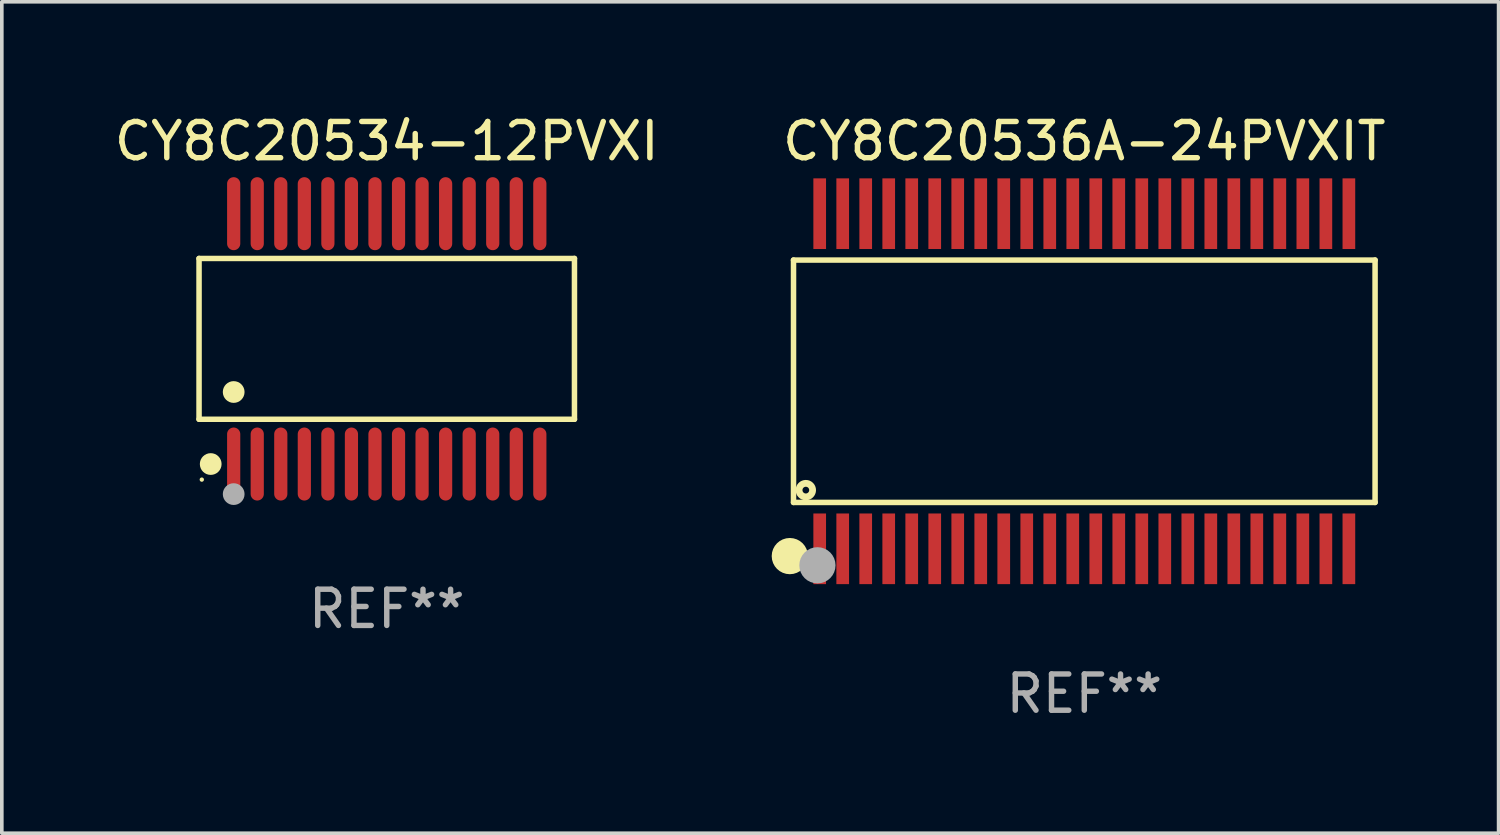
<source format=kicad_pcb>
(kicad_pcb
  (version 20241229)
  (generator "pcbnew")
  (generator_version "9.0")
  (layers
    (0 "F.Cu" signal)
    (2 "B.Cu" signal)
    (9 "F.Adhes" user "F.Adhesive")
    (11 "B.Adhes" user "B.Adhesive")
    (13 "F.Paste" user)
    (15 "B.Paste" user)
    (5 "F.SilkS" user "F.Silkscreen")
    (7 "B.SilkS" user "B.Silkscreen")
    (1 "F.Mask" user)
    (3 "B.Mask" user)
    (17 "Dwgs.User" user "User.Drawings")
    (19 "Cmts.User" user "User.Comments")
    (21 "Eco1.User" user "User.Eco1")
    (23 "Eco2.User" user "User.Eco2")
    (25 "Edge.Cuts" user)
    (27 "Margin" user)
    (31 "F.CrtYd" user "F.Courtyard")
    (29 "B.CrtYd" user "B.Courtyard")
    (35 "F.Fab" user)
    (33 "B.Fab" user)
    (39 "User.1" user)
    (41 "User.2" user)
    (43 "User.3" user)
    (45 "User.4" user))
  (footprint "CY8C20534-12PVXI"
    (layer "F.Cu")
    (at 7.625 6.303)
    (property "Reference" "CY8C20534-12PVXI" (at 0 -5.455 0) (layer "F.SilkS") (effects (font (size 1 1) (thickness 0.15))))
    (attr through_hole)
    (fp_line (start -5.181 -2.219) (end 5.181 -2.219) (stroke (width 0.152) (type solid)) (layer "F.SilkS"))
    (fp_line (start -5.181 2.219) (end -5.181 -2.219) (stroke (width 0.152) (type solid)) (layer "F.SilkS"))
    (fp_line (start 5.181 -2.219) (end 5.181 2.219) (stroke (width 0.152) (type solid)) (layer "F.SilkS"))
    (fp_line (start 5.181 2.219) (end -5.181 2.219) (stroke (width 0.152) (type solid)) (layer "F.SilkS"))
    (fp_circle (center -5.105 3.885) (end -5.075 3.885) (stroke (width 0.06) (type solid)) (fill no) (layer "F.SilkS"))
    (fp_circle (center -4.859 3.455) (end -4.709 3.455) (stroke (width 0.3) (type solid)) (fill no) (layer "F.SilkS"))
    (fp_circle (center -4.225 1.467) (end -4.075 1.467) (stroke (width 0.3) (type solid)) (fill no) (layer "F.SilkS"))
    (fp_circle (center -4.225 4.285) (end -4.075 4.285) (stroke (width 0.3) (type solid)) (fill no) (layer "F.Fab"))
    (fp_text user "REF**" (at 0 7.455 0) (layer "F.Fab") (effects (font (size 1 1) (thickness 0.15))))
    (pad "1" smd oval (at -4.225 3.455) (size 0.364 2.015) (layers "F.Cu" "F.Mask" "F.Paste"))
    (pad "2" smd oval (at -3.575 3.455) (size 0.364 2.015) (layers "F.Cu" "F.Mask" "F.Paste"))
    (pad "3" smd oval (at -2.925 3.455) (size 0.364 2.015) (layers "F.Cu" "F.Mask" "F.Paste"))
    (pad "4" smd oval (at -2.275 3.455) (size 0.364 2.015) (layers "F.Cu" "F.Mask" "F.Paste"))
    (pad "5" smd oval (at -1.625 3.455) (size 0.364 2.015) (layers "F.Cu" "F.Mask" "F.Paste"))
    (pad "6" smd oval (at -0.975 3.455) (size 0.364 2.015) (layers "F.Cu" "F.Mask" "F.Paste"))
    (pad "7" smd oval (at -0.325 3.455) (size 0.364 2.015) (layers "F.Cu" "F.Mask" "F.Paste"))
    (pad "8" smd oval (at 0.325 3.455) (size 0.364 2.015) (layers "F.Cu" "F.Mask" "F.Paste"))
    (pad "9" smd oval (at 0.975 3.455) (size 0.364 2.015) (layers "F.Cu" "F.Mask" "F.Paste"))
    (pad "10" smd oval (at 1.625 3.455) (size 0.364 2.015) (layers "F.Cu" "F.Mask" "F.Paste"))
    (pad "11" smd oval (at 2.275 3.455) (size 0.364 2.015) (layers "F.Cu" "F.Mask" "F.Paste"))
    (pad "12" smd oval (at 2.925 3.455) (size 0.364 2.015) (layers "F.Cu" "F.Mask" "F.Paste"))
    (pad "13" smd oval (at 3.575 3.455) (size 0.364 2.015) (layers "F.Cu" "F.Mask" "F.Paste"))
    (pad "14" smd oval (at 4.225 3.455) (size 0.364 2.015) (layers "F.Cu" "F.Mask" "F.Paste"))
    (pad "15" smd oval (at 4.225 -3.455) (size 0.364 2.015) (layers "F.Cu" "F.Mask" "F.Paste"))
    (pad "16" smd oval (at 3.575 -3.455) (size 0.364 2.015) (layers "F.Cu" "F.Mask" "F.Paste"))
    (pad "17" smd oval (at 2.925 -3.455) (size 0.364 2.015) (layers "F.Cu" "F.Mask" "F.Paste"))
    (pad "18" smd oval (at 2.275 -3.455) (size 0.364 2.015) (layers "F.Cu" "F.Mask" "F.Paste"))
    (pad "19" smd oval (at 1.625 -3.455) (size 0.364 2.015) (layers "F.Cu" "F.Mask" "F.Paste"))
    (pad "20" smd oval (at 0.975 -3.455) (size 0.364 2.015) (layers "F.Cu" "F.Mask" "F.Paste"))
    (pad "21" smd oval (at 0.325 -3.455) (size 0.364 2.015) (layers "F.Cu" "F.Mask" "F.Paste"))
    (pad "22" smd oval (at -0.325 -3.455) (size 0.364 2.015) (layers "F.Cu" "F.Mask" "F.Paste"))
    (pad "23" smd oval (at -0.975 -3.455) (size 0.364 2.015) (layers "F.Cu" "F.Mask" "F.Paste"))
    (pad "24" smd oval (at -1.625 -3.455) (size 0.364 2.015) (layers "F.Cu" "F.Mask" "F.Paste"))
    (pad "25" smd oval (at -2.275 -3.455) (size 0.364 2.015) (layers "F.Cu" "F.Mask" "F.Paste"))
    (pad "26" smd oval (at -2.925 -3.455) (size 0.364 2.015) (layers "F.Cu" "F.Mask" "F.Paste"))
    (pad "27" smd oval (at -3.575 -3.455) (size 0.364 2.015) (layers "F.Cu" "F.Mask" "F.Paste"))
    (pad "28" smd oval (at -4.225 -3.455) (size 0.364 2.015) (layers "F.Cu" "F.Mask" "F.Paste")))
  (footprint "CY8C20536A-24PVXIT"
    (layer "F.Cu")
    (at 26.878 7.473)
    (property "Reference" "CY8C20536A-24PVXIT" (at 0 -6.625 0) (layer "F.SilkS") (effects (font (size 1 1) (thickness 0.15))))
    (attr through_hole)
    (fp_line (start -8.026 -3.345) (end 8.026 -3.345) (stroke (width 0.152) (type solid)) (layer "F.SilkS"))
    (fp_line (start -8.026 3.345) (end -8.026 -3.345) (stroke (width 0.152) (type solid)) (layer "F.SilkS"))
    (fp_line (start 8.026 -3.345) (end 8.026 3.345) (stroke (width 0.152) (type solid)) (layer "F.SilkS"))
    (fp_line (start 8.026 3.345) (end -8.026 3.345) (stroke (width 0.152) (type solid)) (layer "F.SilkS"))
    (fp_circle (center -8.128 4.826) (end -7.878 4.826) (stroke (width 0.5) (type solid)) (fill no) (layer "F.SilkS"))
    (fp_circle (center -7.95 5.15) (end -7.92 5.15) (stroke (width 0.06) (type solid)) (fill no) (layer "F.SilkS"))
    (fp_circle (center -7.686 3.005) (end -7.593 3.005) (stroke (width 0.188) (type solid)) (fill no) (layer "F.SilkS"))
    (fp_circle (center -7.366 5.08) (end -7.116 5.08) (stroke (width 0.5) (type solid)) (fill no) (layer "F.Fab"))
    (fp_text user "REF**" (at 0 8.625 0) (layer "F.Fab") (effects (font (size 1 1) (thickness 0.15))))
    (pad "1" smd rect (at -7.303 4.625) (size 0.35 1.95) (layers "F.Cu" "F.Mask" "F.Paste"))
    (pad "2" smd rect (at -6.668 4.625) (size 0.35 1.95) (layers "F.Cu" "F.Mask" "F.Paste"))
    (pad "3" smd rect (at -6.033 4.625) (size 0.35 1.95) (layers "F.Cu" "F.Mask" "F.Paste"))
    (pad "4" smd rect (at -5.398 4.625) (size 0.35 1.95) (layers "F.Cu" "F.Mask" "F.Paste"))
    (pad "5" smd rect (at -4.763 4.625) (size 0.35 1.95) (layers "F.Cu" "F.Mask" "F.Paste"))
    (pad "6" smd rect (at -4.128 4.625) (size 0.35 1.95) (layers "F.Cu" "F.Mask" "F.Paste"))
    (pad "7" smd rect (at -3.493 4.625) (size 0.35 1.95) (layers "F.Cu" "F.Mask" "F.Paste"))
    (pad "8" smd rect (at -2.858 4.625) (size 0.35 1.95) (layers "F.Cu" "F.Mask" "F.Paste"))
    (pad "9" smd rect (at -2.223 4.625) (size 0.35 1.95) (layers "F.Cu" "F.Mask" "F.Paste"))
    (pad "10" smd rect (at -1.588 4.625) (size 0.35 1.95) (layers "F.Cu" "F.Mask" "F.Paste"))
    (pad "11" smd rect (at -0.953 4.625) (size 0.35 1.95) (layers "F.Cu" "F.Mask" "F.Paste"))
    (pad "12" smd rect (at -0.318 4.625) (size 0.35 1.95) (layers "F.Cu" "F.Mask" "F.Paste"))
    (pad "13" smd rect (at 0.317 4.625) (size 0.35 1.95) (layers "F.Cu" "F.Mask" "F.Paste"))
    (pad "14" smd rect (at 0.952 4.625) (size 0.35 1.95) (layers "F.Cu" "F.Mask" "F.Paste"))
    (pad "15" smd rect (at 1.587 4.625) (size 0.35 1.95) (layers "F.Cu" "F.Mask" "F.Paste"))
    (pad "16" smd rect (at 2.222 4.625) (size 0.35 1.95) (layers "F.Cu" "F.Mask" "F.Paste"))
    (pad "17" smd rect (at 2.857 4.625) (size 0.35 1.95) (layers "F.Cu" "F.Mask" "F.Paste"))
    (pad "18" smd rect (at 3.492 4.625) (size 0.35 1.95) (layers "F.Cu" "F.Mask" "F.Paste"))
    (pad "19" smd rect (at 4.127 4.625) (size 0.35 1.95) (layers "F.Cu" "F.Mask" "F.Paste"))
    (pad "20" smd rect (at 4.762 4.625) (size 0.35 1.95) (layers "F.Cu" "F.Mask" "F.Paste"))
    (pad "21" smd rect (at 5.397 4.625) (size 0.35 1.95) (layers "F.Cu" "F.Mask" "F.Paste"))
    (pad "22" smd rect (at 6.032 4.625) (size 0.35 1.95) (layers "F.Cu" "F.Mask" "F.Paste"))
    (pad "23" smd rect (at 6.668 4.625) (size 0.35 1.95) (layers "F.Cu" "F.Mask" "F.Paste"))
    (pad "24" smd rect (at 7.303 4.625) (size 0.35 1.95) (layers "F.Cu" "F.Mask" "F.Paste"))
    (pad "25" smd rect (at 7.303 -4.625) (size 0.35 1.95) (layers "F.Cu" "F.Mask" "F.Paste"))
    (pad "26" smd rect (at 6.668 -4.625) (size 0.35 1.95) (layers "F.Cu" "F.Mask" "F.Paste"))
    (pad "27" smd rect (at 6.032 -4.625) (size 0.35 1.95) (layers "F.Cu" "F.Mask" "F.Paste"))
    (pad "28" smd rect (at 5.397 -4.625) (size 0.35 1.95) (layers "F.Cu" "F.Mask" "F.Paste"))
    (pad "29" smd rect (at 4.762 -4.625) (size 0.35 1.95) (layers "F.Cu" "F.Mask" "F.Paste"))
    (pad "30" smd rect (at 4.127 -4.625) (size 0.35 1.95) (layers "F.Cu" "F.Mask" "F.Paste"))
    (pad "31" smd rect (at 3.492 -4.625) (size 0.35 1.95) (layers "F.Cu" "F.Mask" "F.Paste"))
    (pad "32" smd rect (at 2.857 -4.625) (size 0.35 1.95) (layers "F.Cu" "F.Mask" "F.Paste"))
    (pad "33" smd rect (at 2.222 -4.625) (size 0.35 1.95) (layers "F.Cu" "F.Mask" "F.Paste"))
    (pad "34" smd rect (at 1.587 -4.625) (size 0.35 1.95) (layers "F.Cu" "F.Mask" "F.Paste"))
    (pad "35" smd rect (at 0.952 -4.625) (size 0.35 1.95) (layers "F.Cu" "F.Mask" "F.Paste"))
    (pad "36" smd rect (at 0.317 -4.625) (size 0.35 1.95) (layers "F.Cu" "F.Mask" "F.Paste"))
    (pad "37" smd rect (at -0.318 -4.625) (size 0.35 1.95) (layers "F.Cu" "F.Mask" "F.Paste"))
    (pad "38" smd rect (at -0.953 -4.625) (size 0.35 1.95) (layers "F.Cu" "F.Mask" "F.Paste"))
    (pad "39" smd rect (at -1.588 -4.625) (size 0.35 1.95) (layers "F.Cu" "F.Mask" "F.Paste"))
    (pad "40" smd rect (at -2.223 -4.625) (size 0.35 1.95) (layers "F.Cu" "F.Mask" "F.Paste"))
    (pad "41" smd rect (at -2.858 -4.625) (size 0.35 1.95) (layers "F.Cu" "F.Mask" "F.Paste"))
    (pad "42" smd rect (at -3.493 -4.625) (size 0.35 1.95) (layers "F.Cu" "F.Mask" "F.Paste"))
    (pad "43" smd rect (at -4.128 -4.625) (size 0.35 1.95) (layers "F.Cu" "F.Mask" "F.Paste"))
    (pad "44" smd rect (at -4.763 -4.625) (size 0.35 1.95) (layers "F.Cu" "F.Mask" "F.Paste"))
    (pad "45" smd rect (at -5.398 -4.625) (size 0.35 1.95) (layers "F.Cu" "F.Mask" "F.Paste"))
    (pad "46" smd rect (at -6.033 -4.625) (size 0.35 1.95) (layers "F.Cu" "F.Mask" "F.Paste"))
    (pad "47" smd rect (at -6.668 -4.625) (size 0.35 1.95) (layers "F.Cu" "F.Mask" "F.Paste"))
    (pad "48" smd rect (at -7.303 -4.625) (size 0.35 1.95) (layers "F.Cu" "F.Mask" "F.Paste")))
  (gr_rect
    (start -3 -3)
    (end 38.313 19.947)
    (stroke (width 0.1) (type default))
    (fill no)
    (layer "Edge.Cuts")))
</source>
